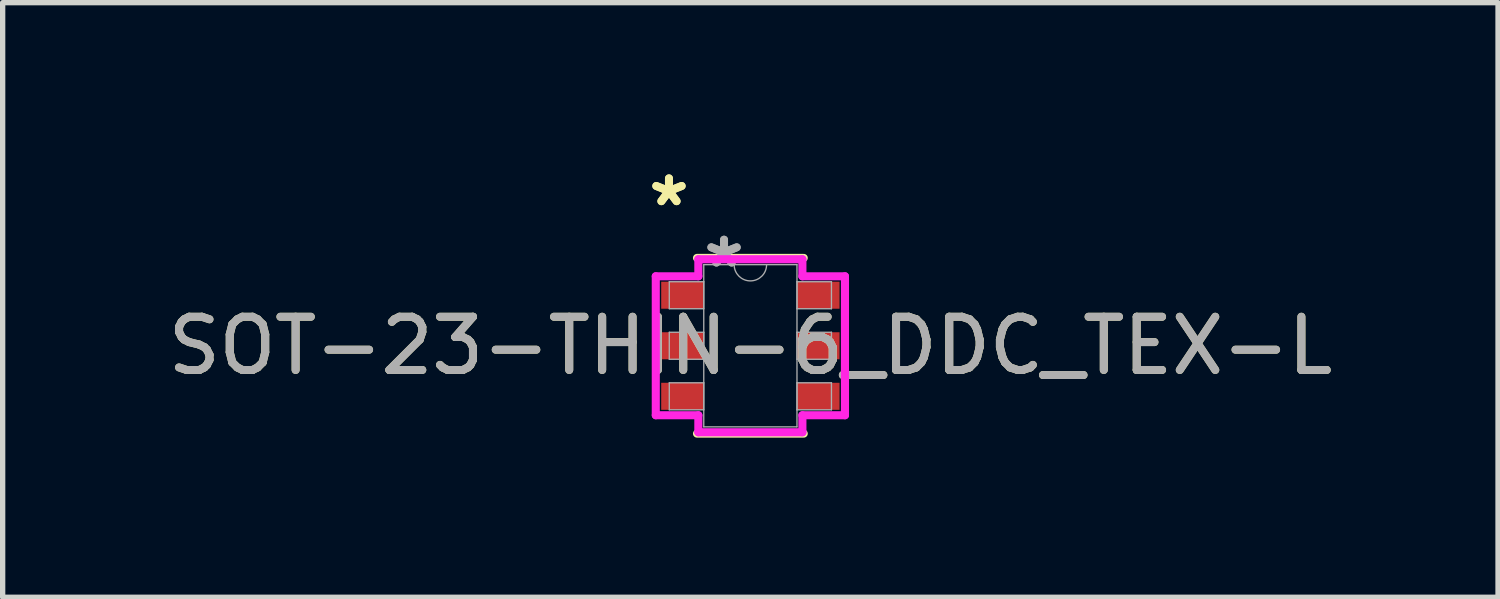
<source format=kicad_pcb>
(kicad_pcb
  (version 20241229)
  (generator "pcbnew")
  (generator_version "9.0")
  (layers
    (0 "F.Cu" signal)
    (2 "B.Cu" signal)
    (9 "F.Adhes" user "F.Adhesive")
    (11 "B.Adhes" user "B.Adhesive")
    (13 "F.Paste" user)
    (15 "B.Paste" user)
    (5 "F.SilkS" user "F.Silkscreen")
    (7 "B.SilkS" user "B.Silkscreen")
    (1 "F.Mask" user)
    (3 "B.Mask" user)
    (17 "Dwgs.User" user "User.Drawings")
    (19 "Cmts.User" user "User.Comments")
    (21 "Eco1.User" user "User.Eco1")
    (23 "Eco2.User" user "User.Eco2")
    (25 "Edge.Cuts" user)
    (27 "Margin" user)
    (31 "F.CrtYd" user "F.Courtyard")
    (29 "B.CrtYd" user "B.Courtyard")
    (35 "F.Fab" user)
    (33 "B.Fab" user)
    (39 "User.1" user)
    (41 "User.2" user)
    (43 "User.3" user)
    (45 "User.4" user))
  (footprint "SOT-23-THIN-6_DDC_TEX-L"
    (layer "F.Cu")
    (at 11.054 3.449)
    (property "Reference" "SOT-23-THIN-6_DDC_TEX-L" (at 0 0 0) (unlocked yes) (layer "F.SilkS") (effects (font (size 1 1) (thickness 0.15))))
    (attr smd)
    (fp_line (start -1.003 1.651) (end 1.003 1.651) (stroke (width 0.152) (type solid)) (layer "F.SilkS"))
    (fp_line (start 1.003 -1.651) (end -1.003 -1.651) (stroke (width 0.152) (type solid)) (layer "F.SilkS"))
    (fp_line (start -1.778 -1.306) (end -0.978 -1.306) (stroke (width 0.152) (type solid)) (layer "F.CrtYd"))
    (fp_line (start -1.778 1.306) (end -1.778 -1.306) (stroke (width 0.152) (type solid)) (layer "F.CrtYd"))
    (fp_line (start -1.778 1.306) (end -0.978 1.306) (stroke (width 0.152) (type solid)) (layer "F.CrtYd"))
    (fp_line (start -0.978 -1.626) (end 0.978 -1.626) (stroke (width 0.152) (type solid)) (layer "F.CrtYd"))
    (fp_line (start -0.978 -1.306) (end -0.978 -1.626) (stroke (width 0.152) (type solid)) (layer "F.CrtYd"))
    (fp_line (start -0.978 1.626) (end -0.978 1.306) (stroke (width 0.152) (type solid)) (layer "F.CrtYd"))
    (fp_line (start 0.978 -1.626) (end 0.978 -1.306) (stroke (width 0.152) (type solid)) (layer "F.CrtYd"))
    (fp_line (start 0.978 1.306) (end 0.978 1.626) (stroke (width 0.152) (type solid)) (layer "F.CrtYd"))
    (fp_line (start 0.978 1.626) (end -0.978 1.626) (stroke (width 0.152) (type solid)) (layer "F.CrtYd"))
    (fp_line (start 1.778 -1.306) (end 0.978 -1.306) (stroke (width 0.152) (type solid)) (layer "F.CrtYd"))
    (fp_line (start 1.778 -1.306) (end 1.778 1.306) (stroke (width 0.152) (type solid)) (layer "F.CrtYd"))
    (fp_line (start 1.778 1.306) (end 0.978 1.306) (stroke (width 0.152) (type solid)) (layer "F.CrtYd"))
    (fp_line (start -1.524 -1.204) (end -1.524 -0.696) (stroke (width 0.025) (type solid)) (layer "F.Fab"))
    (fp_line (start -1.524 -0.696) (end -0.876 -0.696) (stroke (width 0.025) (type solid)) (layer "F.Fab"))
    (fp_line (start -1.524 -0.254) (end -1.524 0.254) (stroke (width 0.025) (type solid)) (layer "F.Fab"))
    (fp_line (start -1.524 0.254) (end -0.876 0.254) (stroke (width 0.025) (type solid)) (layer "F.Fab"))
    (fp_line (start -1.524 0.696) (end -1.524 1.204) (stroke (width 0.025) (type solid)) (layer "F.Fab"))
    (fp_line (start -1.524 1.204) (end -0.876 1.204) (stroke (width 0.025) (type solid)) (layer "F.Fab"))
    (fp_line (start -0.876 -1.524) (end -0.876 1.524) (stroke (width 0.025) (type solid)) (layer "F.Fab"))
    (fp_line (start -0.876 -1.204) (end -1.524 -1.204) (stroke (width 0.025) (type solid)) (layer "F.Fab"))
    (fp_line (start -0.876 -0.696) (end -0.876 -1.204) (stroke (width 0.025) (type solid)) (layer "F.Fab"))
    (fp_line (start -0.876 -0.254) (end -1.524 -0.254) (stroke (width 0.025) (type solid)) (layer "F.Fab"))
    (fp_line (start -0.876 0.254) (end -0.876 -0.254) (stroke (width 0.025) (type solid)) (layer "F.Fab"))
    (fp_line (start -0.876 0.696) (end -1.524 0.696) (stroke (width 0.025) (type solid)) (layer "F.Fab"))
    (fp_line (start -0.876 1.204) (end -0.876 0.696) (stroke (width 0.025) (type solid)) (layer "F.Fab"))
    (fp_line (start -0.876 1.524) (end 0.876 1.524) (stroke (width 0.025) (type solid)) (layer "F.Fab"))
    (fp_line (start 0.876 -1.524) (end -0.876 -1.524) (stroke (width 0.025) (type solid)) (layer "F.Fab"))
    (fp_line (start 0.876 -1.204) (end 0.876 -0.696) (stroke (width 0.025) (type solid)) (layer "F.Fab"))
    (fp_line (start 0.876 -0.696) (end 1.524 -0.696) (stroke (width 0.025) (type solid)) (layer "F.Fab"))
    (fp_line (start 0.876 -0.254) (end 0.876 0.254) (stroke (width 0.025) (type solid)) (layer "F.Fab"))
    (fp_line (start 0.876 0.254) (end 1.524 0.254) (stroke (width 0.025) (type solid)) (layer "F.Fab"))
    (fp_line (start 0.876 0.696) (end 0.876 1.204) (stroke (width 0.025) (type solid)) (layer "F.Fab"))
    (fp_line (start 0.876 1.204) (end 1.524 1.204) (stroke (width 0.025) (type solid)) (layer "F.Fab"))
    (fp_line (start 0.876 1.524) (end 0.876 -1.524) (stroke (width 0.025) (type solid)) (layer "F.Fab"))
    (fp_line (start 1.524 -1.204) (end 0.876 -1.204) (stroke (width 0.025) (type solid)) (layer "F.Fab"))
    (fp_line (start 1.524 -0.696) (end 1.524 -1.204) (stroke (width 0.025) (type solid)) (layer "F.Fab"))
    (fp_line (start 1.524 -0.254) (end 0.876 -0.254) (stroke (width 0.025) (type solid)) (layer "F.Fab"))
    (fp_line (start 1.524 0.254) (end 1.524 -0.254) (stroke (width 0.025) (type solid)) (layer "F.Fab"))
    (fp_line (start 1.524 0.696) (end 0.876 0.696) (stroke (width 0.025) (type solid)) (layer "F.Fab"))
    (fp_line (start 1.524 1.204) (end 1.524 0.696) (stroke (width 0.025) (type solid)) (layer "F.Fab"))
    (fp_arc (start 0.3048 -1.524) (mid 0 -1.2192) (end -0.3048 -1.524) (stroke (width 0.0254) (type solid)) (layer "F.Fab"))
    (fp_text user "*" (at -1.53 -2.601 0) (layer "F.SilkS") (effects (font (size 1 1) (thickness 0.15))))
    (fp_text user "*" (at -1.53 -2.601 0) (unlocked yes) (layer "F.SilkS") (effects (font (size 1 1) (thickness 0.15))))
    (fp_text user "${REFERENCE}" (at 0 0 0) (unlocked yes) (layer "F.Fab") (effects (font (size 1 1) (thickness 0.15))))
    (fp_text user "*" (at -0.495 -1.448 0) (layer "F.Fab") (effects (font (size 1 1) (thickness 0.15))))
    (fp_text user "*" (at -0.495 -1.448 0) (unlocked yes) (layer "F.Fab") (effects (font (size 1 1) (thickness 0.15))))
    (pad "1" smd rect (at -1.276 -0.95) (size 0.8 0.508) (layers "F.Cu" "F.Mask" "F.Paste"))
    (pad "2" smd rect (at -1.276 0) (size 0.8 0.508) (layers "F.Cu" "F.Mask" "F.Paste"))
    (pad "3" smd rect (at -1.276 0.95) (size 0.8 0.508) (layers "F.Cu" "F.Mask" "F.Paste"))
    (pad "4" smd rect (at 1.276 0.95) (size 0.8 0.508) (layers "F.Cu" "F.Mask" "F.Paste"))
    (pad "5" smd rect (at 1.276 0) (size 0.8 0.508) (layers "F.Cu" "F.Mask" "F.Paste"))
    (pad "6" smd rect (at 1.276 -0.95) (size 0.8 0.508) (layers "F.Cu" "F.Mask" "F.Paste")))
  (gr_rect
    (start -3 -3)
    (end 25.107 8.176)
    (stroke (width 0.1) (type default))
    (fill no)
    (layer "Edge.Cuts")))
</source>
